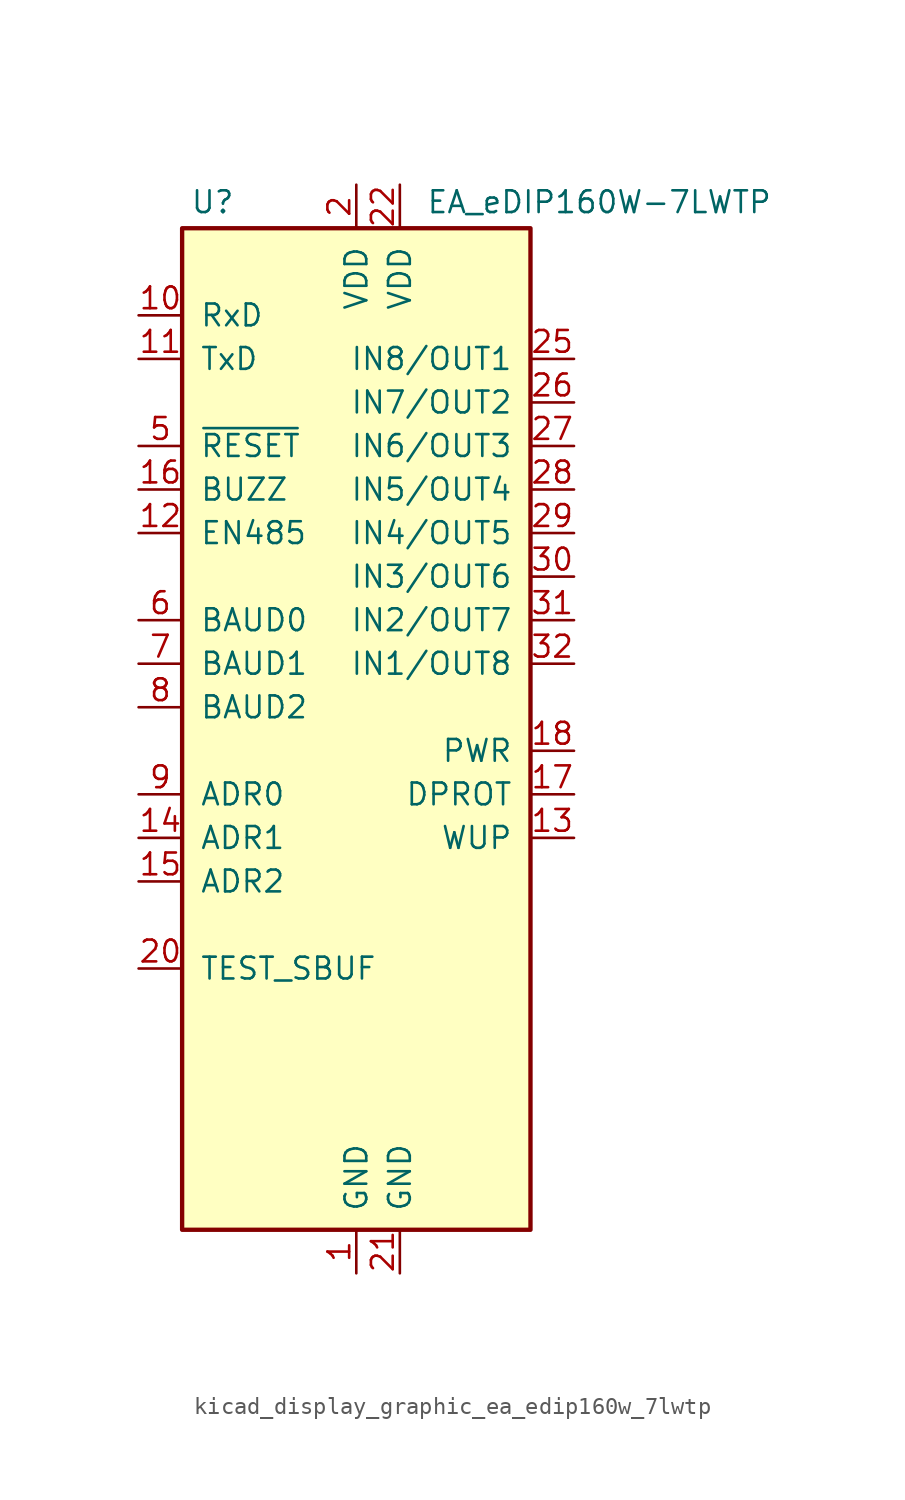
<source format=kicad_sym>
(kicad_symbol_lib
  (version 20220914)
  (generator kicad_symbol_editor)
  (symbol "kicad_display_graphic_ea_edip160w_7lwtp"
    (pin_names
      (offset 1.016))
    (property "Reference" "U"
      (at -8.382 29.464 0)
      (effects (font (size 1.27 1.27))))
    (property "Value" "EA_eDIP160W-7LWTP"
      (at 4.064 29.464 0)
      (effects (font (size 1.27 1.27)) (justify left)))
    (symbol "kicad_display_graphic_ea_edip160w_7lwtp_0_1"
      (rectangle (start -10.16 27.94) (end 10.16 -30.48) (stroke (width 0.254) (type default)) (fill (type background))))
    (symbol "kicad_display_graphic_ea_edip160w_7lwtp_1_1"
      (pin power_in line (at 0 -33.02 90) (length 2.54) (name "GND" (effects (font (size 1.27 1.27)))) (number "1" (effects (font (size 1.27 1.27)))))
      (pin input line (at -12.7 22.86 0) (length 2.54) (name "RxD" (effects (font (size 1.27 1.27)))) (number "10" (effects (font (size 1.27 1.27)))))
      (pin output line (at -12.7 20.32 0) (length 2.54) (name "TxD" (effects (font (size 1.27 1.27)))) (number "11" (effects (font (size 1.27 1.27)))))
      (pin output line (at -12.7 10.16 0) (length 2.54) (name "EN485" (effects (font (size 1.27 1.27)))) (number "12" (effects (font (size 1.27 1.27)))))
      (pin input line (at 12.7 -7.62 180) (length 2.54) (name "WUP" (effects (font (size 1.27 1.27)))) (number "13" (effects (font (size 1.27 1.27)))))
      (pin input line (at -12.7 -7.62 0) (length 2.54) (name "ADR1" (effects (font (size 1.27 1.27)))) (number "14" (effects (font (size 1.27 1.27)))))
      (pin input line (at -12.7 -10.16 0) (length 2.54) (name "ADR2" (effects (font (size 1.27 1.27)))) (number "15" (effects (font (size 1.27 1.27)))))
      (pin output line (at -12.7 12.7 0) (length 2.54) (name "BUZZ" (effects (font (size 1.27 1.27)))) (number "16" (effects (font (size 1.27 1.27)))))
      (pin input line (at 12.7 -5.08 180) (length 2.54) (name "DPROT" (effects (font (size 1.27 1.27)))) (number "17" (effects (font (size 1.27 1.27)))))
      (pin output line (at 12.7 -2.54 180) (length 2.54) (name "PWR" (effects (font (size 1.27 1.27)))) (number "18" (effects (font (size 1.27 1.27)))))
      (pin no_connect line (at -10.16 -22.86 0) (length 2.54) hide (name "NC" (effects (font (size 1.27 1.27)))) (number "19" (effects (font (size 1.27 1.27)))))
      (pin power_in line (at 0 30.48 270) (length 2.54) (name "VDD" (effects (font (size 1.27 1.27)))) (number "2" (effects (font (size 1.27 1.27)))))
      (pin open_collector line (at -12.7 -15.24 0) (length 2.54) (name "TEST_SBUF" (effects (font (size 1.27 1.27)))) (number "20" (effects (font (size 1.27 1.27)))))
      (pin power_in line (at 2.54 -33.02 90) (length 2.54) (name "GND" (effects (font (size 1.27 1.27)))) (number "21" (effects (font (size 1.27 1.27)))))
      (pin power_in line (at 2.54 30.48 270) (length 2.54) (name "VDD" (effects (font (size 1.27 1.27)))) (number "22" (effects (font (size 1.27 1.27)))))
      (pin no_connect line (at -10.16 -25.4 0) (length 2.54) hide (name "NC" (effects (font (size 1.27 1.27)))) (number "23" (effects (font (size 1.27 1.27)))))
      (pin no_connect line (at -10.16 -27.94 0) (length 2.54) hide (name "NC" (effects (font (size 1.27 1.27)))) (number "24" (effects (font (size 1.27 1.27)))))
      (pin bidirectional line (at 12.7 20.32 180) (length 2.54) (name "IN8/OUT1" (effects (font (size 1.27 1.27)))) (number "25" (effects (font (size 1.27 1.27)))))
      (pin bidirectional line (at 12.7 17.78 180) (length 2.54) (name "IN7/OUT2" (effects (font (size 1.27 1.27)))) (number "26" (effects (font (size 1.27 1.27)))))
      (pin bidirectional line (at 12.7 15.24 180) (length 2.54) (name "IN6/OUT3" (effects (font (size 1.27 1.27)))) (number "27" (effects (font (size 1.27 1.27)))))
      (pin bidirectional line (at 12.7 12.7 180) (length 2.54) (name "IN5/OUT4" (effects (font (size 1.27 1.27)))) (number "28" (effects (font (size 1.27 1.27)))))
      (pin bidirectional line (at 12.7 10.16 180) (length 2.54) (name "IN4/OUT5" (effects (font (size 1.27 1.27)))) (number "29" (effects (font (size 1.27 1.27)))))
      (pin no_connect line (at -10.16 -17.78 0) (length 2.54) hide (name "NC" (effects (font (size 1.27 1.27)))) (number "3" (effects (font (size 1.27 1.27)))))
      (pin bidirectional line (at 12.7 7.62 180) (length 2.54) (name "IN3/OUT6" (effects (font (size 1.27 1.27)))) (number "30" (effects (font (size 1.27 1.27)))))
      (pin bidirectional line (at 12.7 5.08 180) (length 2.54) (name "IN2/OUT7" (effects (font (size 1.27 1.27)))) (number "31" (effects (font (size 1.27 1.27)))))
      (pin bidirectional line (at 12.7 2.54 180) (length 2.54) (name "IN1/OUT8" (effects (font (size 1.27 1.27)))) (number "32" (effects (font (size 1.27 1.27)))))
      (pin no_connect line (at 10.16 -10.16 180) (length 2.54) hide (name "NC" (effects (font (size 1.27 1.27)))) (number "33" (effects (font (size 1.27 1.27)))))
      (pin no_connect line (at 10.16 -12.7 180) (length 2.54) hide (name "NC" (effects (font (size 1.27 1.27)))) (number "34" (effects (font (size 1.27 1.27)))))
      (pin no_connect line (at 10.16 -15.24 180) (length 2.54) hide (name "NC" (effects (font (size 1.27 1.27)))) (number "35" (effects (font (size 1.27 1.27)))))
      (pin no_connect line (at 10.16 -17.78 180) (length 2.54) hide (name "NC" (effects (font (size 1.27 1.27)))) (number "36" (effects (font (size 1.27 1.27)))))
      (pin no_connect line (at 10.16 -20.32 180) (length 2.54) hide (name "NC" (effects (font (size 1.27 1.27)))) (number "37" (effects (font (size 1.27 1.27)))))
      (pin no_connect line (at 10.16 -22.86 180) (length 2.54) hide (name "NC" (effects (font (size 1.27 1.27)))) (number "38" (effects (font (size 1.27 1.27)))))
      (pin no_connect line (at 10.16 -25.4 180) (length 2.54) hide (name "NC" (effects (font (size 1.27 1.27)))) (number "39" (effects (font (size 1.27 1.27)))))
      (pin no_connect line (at -10.16 -20.32 0) (length 2.54) hide (name "NC" (effects (font (size 1.27 1.27)))) (number "4" (effects (font (size 1.27 1.27)))))
      (pin no_connect line (at 10.16 -27.94 180) (length 2.54) hide (name "NC" (effects (font (size 1.27 1.27)))) (number "40" (effects (font (size 1.27 1.27)))))
      (pin input line (at -12.7 15.24 0) (length 2.54) (name "~{RESET}" (effects (font (size 1.27 1.27)))) (number "5" (effects (font (size 1.27 1.27)))))
      (pin input line (at -12.7 5.08 0) (length 2.54) (name "BAUD0" (effects (font (size 1.27 1.27)))) (number "6" (effects (font (size 1.27 1.27)))))
      (pin input line (at -12.7 2.54 0) (length 2.54) (name "BAUD1" (effects (font (size 1.27 1.27)))) (number "7" (effects (font (size 1.27 1.27)))))
      (pin input line (at -12.7 0 0) (length 2.54) (name "BAUD2" (effects (font (size 1.27 1.27)))) (number "8" (effects (font (size 1.27 1.27)))))
      (pin input line (at -12.7 -5.08 0) (length 2.54) (name "ADR0" (effects (font (size 1.27 1.27)))) (number "9" (effects (font (size 1.27 1.27))))))))
</source>
